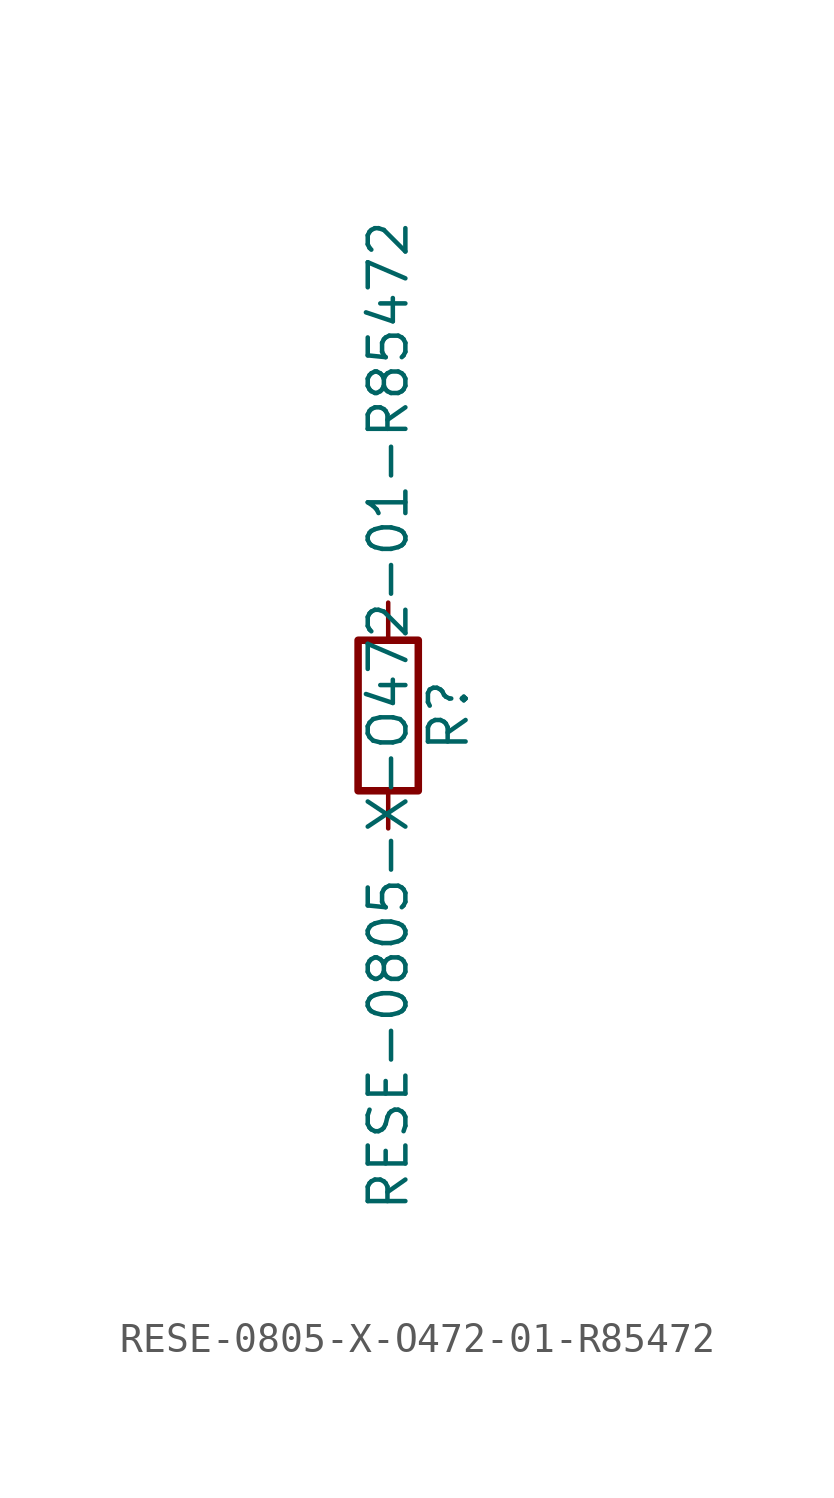
<source format=kicad_sym>
(kicad_symbol_lib
  (version 20211014)
  (generator kicad_symbol_editor)
  (symbol "RESE-0805-X-O472-01-R85472"
    (pin_numbers hide)
    (pin_names
      (offset 0))
    (property "Reference" "R"
      (at 2.032 0 90)
      (effects (font (size 1.27 1.27))))
    (property "Value" "RESE-0805-X-O472-01-R85472"
      (at 0 0 90)
      (effects (font (size 1.27 1.27))))
    (symbol "RESE-0805-X-O472-01-R85472_0_1"
      (rectangle (start -1.016 -2.54) (end 1.016 2.54) (stroke (width 0.254) (type default) (color 0 0 0 0)) (fill (type none))))
    (symbol "RESE-0805-X-O472-01-R85472_1_1"
      (pin passive line (at 0 3.81 270) (length 1.27) (name "~" (effects (font (size 1.27 1.27)))) (number "1" (effects (font (size 1.27 1.27)))))
      (pin passive line (at 0 -3.81 90) (length 1.27) (name "~" (effects (font (size 1.27 1.27)))) (number "2" (effects (font (size 1.27 1.27))))))))
</source>
